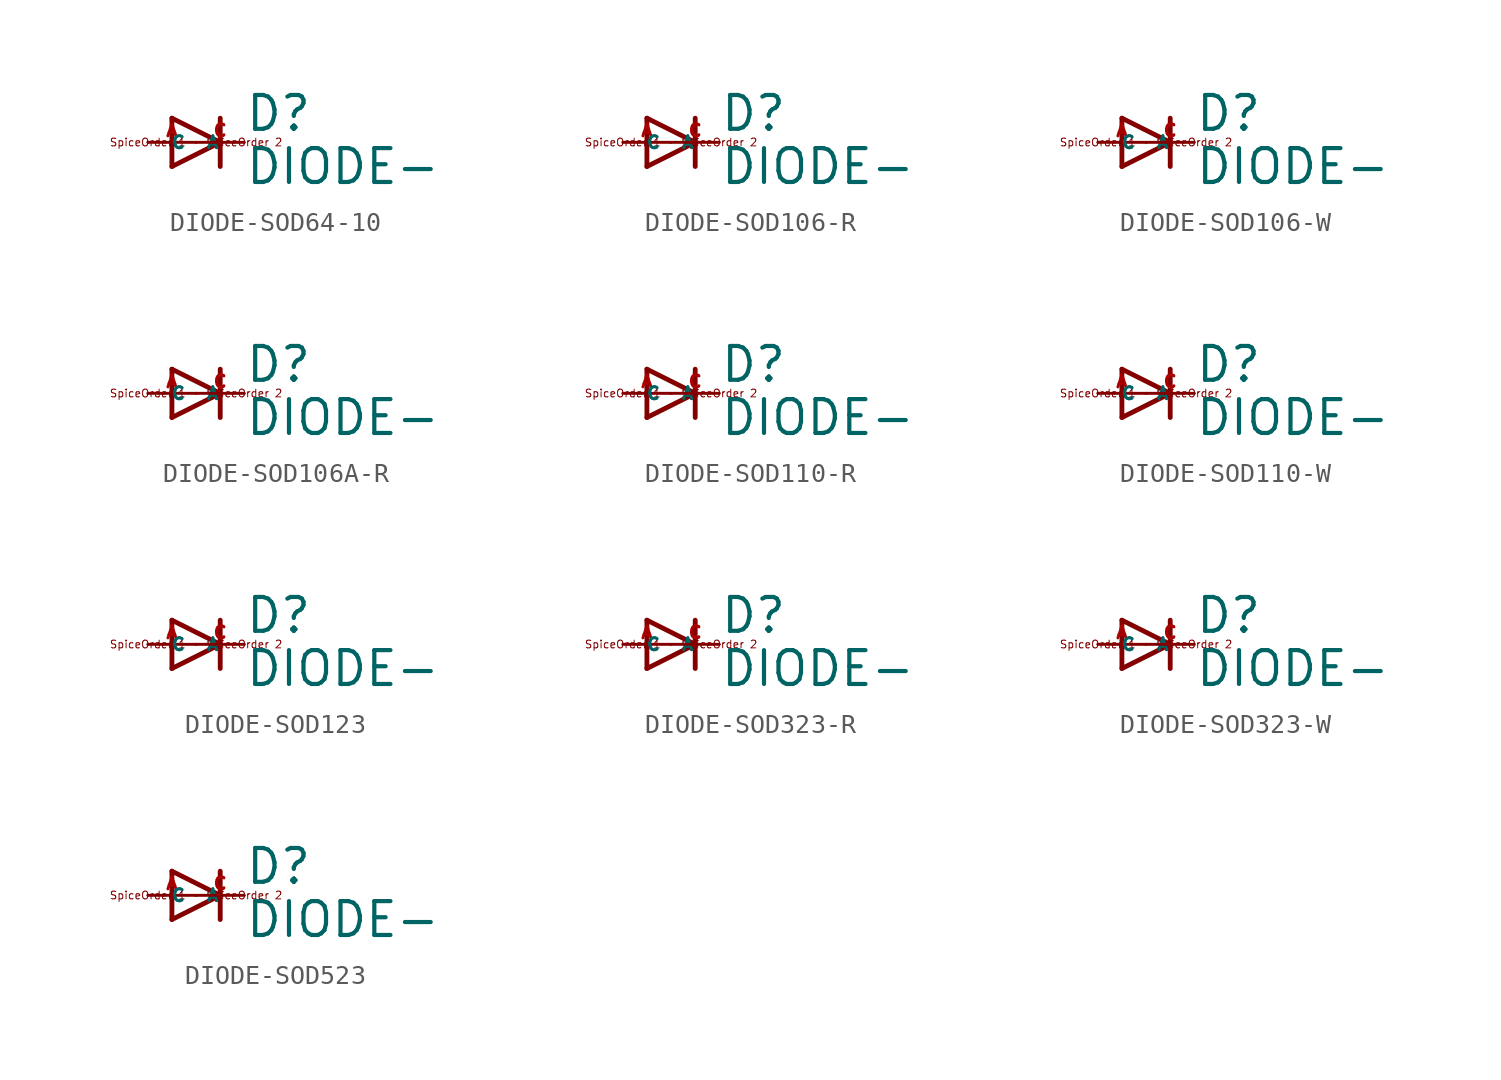
<source format=kicad_sym>
(kicad_symbol_lib
  (version 20220914)
  (generator Eagle2Kicad)
  (symbol "DIODE-SOD64-10"
    (property "Reference" "D"
      (at 2.54 0.483 0)
      (effects (font (size 1.778 1.778) (thickness 0.22)) (justify left bottom)))
    (property "Value" "DIODE-"
      (at 2.54 -2.311 0)
      (effects (font (size 1.778 1.778) (thickness 0.22)) (justify left bottom)))
    (polyline
      (pts (xy -1.27 -1.27) (xy 1.27 0))
      (stroke (width 0.254) (type default))
      (fill (type none)))
    (polyline
      (pts (xy 1.27 0) (xy -1.27 1.27))
      (stroke (width 0.254) (type default))
      (fill (type none)))
    (polyline
      (pts (xy 1.27 1.27) (xy 1.27 0))
      (stroke (width 0.254) (type default))
      (fill (type none)))
    (polyline
      (pts (xy -1.27 1.27) (xy -1.27 -1.27))
      (stroke (width 0.254) (type default))
      (fill (type none)))
    (polyline
      (pts (xy 1.27 0) (xy 1.27 -1.27))
      (stroke (width 0.254) (type default))
      (fill (type none)))
    (text "SpiceOrder 1"
      (at -2.54 0 0)
      (effects (font (size 0.406 0.406) (thickness 0.05))))
    (text "SpiceOrder 2"
      (at 2.54 0 0)
      (effects (font (size 0.406 0.406) (thickness 0.05))))
    (pin passive line
      (at -2.54 0 0)
      (length 2.54)
      (name "A" (effects (font (size 0.635 0.635) (thickness 0.08)) (justify left bottom)))
      (number "A" (effects (font (size 0.635 0.635) (thickness 0.08)) (justify left bottom))))
    (pin passive line
      (at 2.54 0 180)
      (length 2.54)
      (name "C" (effects (font (size 0.635 0.635) (thickness 0.08)) (justify left bottom)))
      (number "C" (effects (font (size 0.635 0.635) (thickness 0.08)) (justify left bottom)))))
  (symbol "DIODE-SOD106-R"
    (property "Reference" "D"
      (at 2.54 0.483 0)
      (effects (font (size 1.778 1.778) (thickness 0.22)) (justify left bottom)))
    (property "Value" "DIODE-"
      (at 2.54 -2.311 0)
      (effects (font (size 1.778 1.778) (thickness 0.22)) (justify left bottom)))
    (polyline
      (pts (xy -1.27 -1.27) (xy 1.27 0))
      (stroke (width 0.254) (type default))
      (fill (type none)))
    (polyline
      (pts (xy 1.27 0) (xy -1.27 1.27))
      (stroke (width 0.254) (type default))
      (fill (type none)))
    (polyline
      (pts (xy 1.27 1.27) (xy 1.27 0))
      (stroke (width 0.254) (type default))
      (fill (type none)))
    (polyline
      (pts (xy -1.27 1.27) (xy -1.27 -1.27))
      (stroke (width 0.254) (type default))
      (fill (type none)))
    (polyline
      (pts (xy 1.27 0) (xy 1.27 -1.27))
      (stroke (width 0.254) (type default))
      (fill (type none)))
    (text "SpiceOrder 1"
      (at -2.54 0 0)
      (effects (font (size 0.406 0.406) (thickness 0.05))))
    (text "SpiceOrder 2"
      (at 2.54 0 0)
      (effects (font (size 0.406 0.406) (thickness 0.05))))
    (pin passive line
      (at -2.54 0 0)
      (length 2.54)
      (name "A" (effects (font (size 0.635 0.635) (thickness 0.08)) (justify left bottom)))
      (number "A" (effects (font (size 0.635 0.635) (thickness 0.08)) (justify left bottom))))
    (pin passive line
      (at 2.54 0 180)
      (length 2.54)
      (name "C" (effects (font (size 0.635 0.635) (thickness 0.08)) (justify left bottom)))
      (number "C" (effects (font (size 0.635 0.635) (thickness 0.08)) (justify left bottom)))))
  (symbol "DIODE-SOD106-W"
    (property "Reference" "D"
      (at 2.54 0.483 0)
      (effects (font (size 1.778 1.778) (thickness 0.22)) (justify left bottom)))
    (property "Value" "DIODE-"
      (at 2.54 -2.311 0)
      (effects (font (size 1.778 1.778) (thickness 0.22)) (justify left bottom)))
    (polyline
      (pts (xy -1.27 -1.27) (xy 1.27 0))
      (stroke (width 0.254) (type default))
      (fill (type none)))
    (polyline
      (pts (xy 1.27 0) (xy -1.27 1.27))
      (stroke (width 0.254) (type default))
      (fill (type none)))
    (polyline
      (pts (xy 1.27 1.27) (xy 1.27 0))
      (stroke (width 0.254) (type default))
      (fill (type none)))
    (polyline
      (pts (xy -1.27 1.27) (xy -1.27 -1.27))
      (stroke (width 0.254) (type default))
      (fill (type none)))
    (polyline
      (pts (xy 1.27 0) (xy 1.27 -1.27))
      (stroke (width 0.254) (type default))
      (fill (type none)))
    (text "SpiceOrder 1"
      (at -2.54 0 0)
      (effects (font (size 0.406 0.406) (thickness 0.05))))
    (text "SpiceOrder 2"
      (at 2.54 0 0)
      (effects (font (size 0.406 0.406) (thickness 0.05))))
    (pin passive line
      (at -2.54 0 0)
      (length 2.54)
      (name "A" (effects (font (size 0.635 0.635) (thickness 0.08)) (justify left bottom)))
      (number "A" (effects (font (size 0.635 0.635) (thickness 0.08)) (justify left bottom))))
    (pin passive line
      (at 2.54 0 180)
      (length 2.54)
      (name "C" (effects (font (size 0.635 0.635) (thickness 0.08)) (justify left bottom)))
      (number "C" (effects (font (size 0.635 0.635) (thickness 0.08)) (justify left bottom)))))
  (symbol "DIODE-SOD106A-R"
    (property "Reference" "D"
      (at 2.54 0.483 0)
      (effects (font (size 1.778 1.778) (thickness 0.22)) (justify left bottom)))
    (property "Value" "DIODE-"
      (at 2.54 -2.311 0)
      (effects (font (size 1.778 1.778) (thickness 0.22)) (justify left bottom)))
    (polyline
      (pts (xy -1.27 -1.27) (xy 1.27 0))
      (stroke (width 0.254) (type default))
      (fill (type none)))
    (polyline
      (pts (xy 1.27 0) (xy -1.27 1.27))
      (stroke (width 0.254) (type default))
      (fill (type none)))
    (polyline
      (pts (xy 1.27 1.27) (xy 1.27 0))
      (stroke (width 0.254) (type default))
      (fill (type none)))
    (polyline
      (pts (xy -1.27 1.27) (xy -1.27 -1.27))
      (stroke (width 0.254) (type default))
      (fill (type none)))
    (polyline
      (pts (xy 1.27 0) (xy 1.27 -1.27))
      (stroke (width 0.254) (type default))
      (fill (type none)))
    (text "SpiceOrder 1"
      (at -2.54 0 0)
      (effects (font (size 0.406 0.406) (thickness 0.05))))
    (text "SpiceOrder 2"
      (at 2.54 0 0)
      (effects (font (size 0.406 0.406) (thickness 0.05))))
    (pin passive line
      (at -2.54 0 0)
      (length 2.54)
      (name "A" (effects (font (size 0.635 0.635) (thickness 0.08)) (justify left bottom)))
      (number "A" (effects (font (size 0.635 0.635) (thickness 0.08)) (justify left bottom))))
    (pin passive line
      (at 2.54 0 180)
      (length 2.54)
      (name "C" (effects (font (size 0.635 0.635) (thickness 0.08)) (justify left bottom)))
      (number "C" (effects (font (size 0.635 0.635) (thickness 0.08)) (justify left bottom)))))
  (symbol "DIODE-SOD110-R"
    (property "Reference" "D"
      (at 2.54 0.483 0)
      (effects (font (size 1.778 1.778) (thickness 0.22)) (justify left bottom)))
    (property "Value" "DIODE-"
      (at 2.54 -2.311 0)
      (effects (font (size 1.778 1.778) (thickness 0.22)) (justify left bottom)))
    (polyline
      (pts (xy -1.27 -1.27) (xy 1.27 0))
      (stroke (width 0.254) (type default))
      (fill (type none)))
    (polyline
      (pts (xy 1.27 0) (xy -1.27 1.27))
      (stroke (width 0.254) (type default))
      (fill (type none)))
    (polyline
      (pts (xy 1.27 1.27) (xy 1.27 0))
      (stroke (width 0.254) (type default))
      (fill (type none)))
    (polyline
      (pts (xy -1.27 1.27) (xy -1.27 -1.27))
      (stroke (width 0.254) (type default))
      (fill (type none)))
    (polyline
      (pts (xy 1.27 0) (xy 1.27 -1.27))
      (stroke (width 0.254) (type default))
      (fill (type none)))
    (text "SpiceOrder 1"
      (at -2.54 0 0)
      (effects (font (size 0.406 0.406) (thickness 0.05))))
    (text "SpiceOrder 2"
      (at 2.54 0 0)
      (effects (font (size 0.406 0.406) (thickness 0.05))))
    (pin passive line
      (at -2.54 0 0)
      (length 2.54)
      (name "A" (effects (font (size 0.635 0.635) (thickness 0.08)) (justify left bottom)))
      (number "A" (effects (font (size 0.635 0.635) (thickness 0.08)) (justify left bottom))))
    (pin passive line
      (at 2.54 0 180)
      (length 2.54)
      (name "C" (effects (font (size 0.635 0.635) (thickness 0.08)) (justify left bottom)))
      (number "C" (effects (font (size 0.635 0.635) (thickness 0.08)) (justify left bottom)))))
  (symbol "DIODE-SOD110-W"
    (property "Reference" "D"
      (at 2.54 0.483 0)
      (effects (font (size 1.778 1.778) (thickness 0.22)) (justify left bottom)))
    (property "Value" "DIODE-"
      (at 2.54 -2.311 0)
      (effects (font (size 1.778 1.778) (thickness 0.22)) (justify left bottom)))
    (polyline
      (pts (xy -1.27 -1.27) (xy 1.27 0))
      (stroke (width 0.254) (type default))
      (fill (type none)))
    (polyline
      (pts (xy 1.27 0) (xy -1.27 1.27))
      (stroke (width 0.254) (type default))
      (fill (type none)))
    (polyline
      (pts (xy 1.27 1.27) (xy 1.27 0))
      (stroke (width 0.254) (type default))
      (fill (type none)))
    (polyline
      (pts (xy -1.27 1.27) (xy -1.27 -1.27))
      (stroke (width 0.254) (type default))
      (fill (type none)))
    (polyline
      (pts (xy 1.27 0) (xy 1.27 -1.27))
      (stroke (width 0.254) (type default))
      (fill (type none)))
    (text "SpiceOrder 1"
      (at -2.54 0 0)
      (effects (font (size 0.406 0.406) (thickness 0.05))))
    (text "SpiceOrder 2"
      (at 2.54 0 0)
      (effects (font (size 0.406 0.406) (thickness 0.05))))
    (pin passive line
      (at -2.54 0 0)
      (length 2.54)
      (name "A" (effects (font (size 0.635 0.635) (thickness 0.08)) (justify left bottom)))
      (number "A" (effects (font (size 0.635 0.635) (thickness 0.08)) (justify left bottom))))
    (pin passive line
      (at 2.54 0 180)
      (length 2.54)
      (name "C" (effects (font (size 0.635 0.635) (thickness 0.08)) (justify left bottom)))
      (number "C" (effects (font (size 0.635 0.635) (thickness 0.08)) (justify left bottom)))))
  (symbol "DIODE-SOD123"
    (property "Reference" "D"
      (at 2.54 0.483 0)
      (effects (font (size 1.778 1.778) (thickness 0.22)) (justify left bottom)))
    (property "Value" "DIODE-"
      (at 2.54 -2.311 0)
      (effects (font (size 1.778 1.778) (thickness 0.22)) (justify left bottom)))
    (polyline
      (pts (xy -1.27 -1.27) (xy 1.27 0))
      (stroke (width 0.254) (type default))
      (fill (type none)))
    (polyline
      (pts (xy 1.27 0) (xy -1.27 1.27))
      (stroke (width 0.254) (type default))
      (fill (type none)))
    (polyline
      (pts (xy 1.27 1.27) (xy 1.27 0))
      (stroke (width 0.254) (type default))
      (fill (type none)))
    (polyline
      (pts (xy -1.27 1.27) (xy -1.27 -1.27))
      (stroke (width 0.254) (type default))
      (fill (type none)))
    (polyline
      (pts (xy 1.27 0) (xy 1.27 -1.27))
      (stroke (width 0.254) (type default))
      (fill (type none)))
    (text "SpiceOrder 1"
      (at -2.54 0 0)
      (effects (font (size 0.406 0.406) (thickness 0.05))))
    (text "SpiceOrder 2"
      (at 2.54 0 0)
      (effects (font (size 0.406 0.406) (thickness 0.05))))
    (pin passive line
      (at -2.54 0 0)
      (length 2.54)
      (name "A" (effects (font (size 0.635 0.635) (thickness 0.08)) (justify left bottom)))
      (number "A" (effects (font (size 0.635 0.635) (thickness 0.08)) (justify left bottom))))
    (pin passive line
      (at 2.54 0 180)
      (length 2.54)
      (name "C" (effects (font (size 0.635 0.635) (thickness 0.08)) (justify left bottom)))
      (number "C" (effects (font (size 0.635 0.635) (thickness 0.08)) (justify left bottom)))))
  (symbol "DIODE-SOD323-R"
    (property "Reference" "D"
      (at 2.54 0.483 0)
      (effects (font (size 1.778 1.778) (thickness 0.22)) (justify left bottom)))
    (property "Value" "DIODE-"
      (at 2.54 -2.311 0)
      (effects (font (size 1.778 1.778) (thickness 0.22)) (justify left bottom)))
    (polyline
      (pts (xy -1.27 -1.27) (xy 1.27 0))
      (stroke (width 0.254) (type default))
      (fill (type none)))
    (polyline
      (pts (xy 1.27 0) (xy -1.27 1.27))
      (stroke (width 0.254) (type default))
      (fill (type none)))
    (polyline
      (pts (xy 1.27 1.27) (xy 1.27 0))
      (stroke (width 0.254) (type default))
      (fill (type none)))
    (polyline
      (pts (xy -1.27 1.27) (xy -1.27 -1.27))
      (stroke (width 0.254) (type default))
      (fill (type none)))
    (polyline
      (pts (xy 1.27 0) (xy 1.27 -1.27))
      (stroke (width 0.254) (type default))
      (fill (type none)))
    (text "SpiceOrder 1"
      (at -2.54 0 0)
      (effects (font (size 0.406 0.406) (thickness 0.05))))
    (text "SpiceOrder 2"
      (at 2.54 0 0)
      (effects (font (size 0.406 0.406) (thickness 0.05))))
    (pin passive line
      (at -2.54 0 0)
      (length 2.54)
      (name "A" (effects (font (size 0.635 0.635) (thickness 0.08)) (justify left bottom)))
      (number "A" (effects (font (size 0.635 0.635) (thickness 0.08)) (justify left bottom))))
    (pin passive line
      (at 2.54 0 180)
      (length 2.54)
      (name "C" (effects (font (size 0.635 0.635) (thickness 0.08)) (justify left bottom)))
      (number "C" (effects (font (size 0.635 0.635) (thickness 0.08)) (justify left bottom)))))
  (symbol "DIODE-SOD323-W"
    (property "Reference" "D"
      (at 2.54 0.483 0)
      (effects (font (size 1.778 1.778) (thickness 0.22)) (justify left bottom)))
    (property "Value" "DIODE-"
      (at 2.54 -2.311 0)
      (effects (font (size 1.778 1.778) (thickness 0.22)) (justify left bottom)))
    (polyline
      (pts (xy -1.27 -1.27) (xy 1.27 0))
      (stroke (width 0.254) (type default))
      (fill (type none)))
    (polyline
      (pts (xy 1.27 0) (xy -1.27 1.27))
      (stroke (width 0.254) (type default))
      (fill (type none)))
    (polyline
      (pts (xy 1.27 1.27) (xy 1.27 0))
      (stroke (width 0.254) (type default))
      (fill (type none)))
    (polyline
      (pts (xy -1.27 1.27) (xy -1.27 -1.27))
      (stroke (width 0.254) (type default))
      (fill (type none)))
    (polyline
      (pts (xy 1.27 0) (xy 1.27 -1.27))
      (stroke (width 0.254) (type default))
      (fill (type none)))
    (text "SpiceOrder 1"
      (at -2.54 0 0)
      (effects (font (size 0.406 0.406) (thickness 0.05))))
    (text "SpiceOrder 2"
      (at 2.54 0 0)
      (effects (font (size 0.406 0.406) (thickness 0.05))))
    (pin passive line
      (at -2.54 0 0)
      (length 2.54)
      (name "A" (effects (font (size 0.635 0.635) (thickness 0.08)) (justify left bottom)))
      (number "A" (effects (font (size 0.635 0.635) (thickness 0.08)) (justify left bottom))))
    (pin passive line
      (at 2.54 0 180)
      (length 2.54)
      (name "C" (effects (font (size 0.635 0.635) (thickness 0.08)) (justify left bottom)))
      (number "C" (effects (font (size 0.635 0.635) (thickness 0.08)) (justify left bottom)))))
  (symbol "DIODE-SOD523"
    (property "Reference" "D"
      (at 2.54 0.483 0)
      (effects (font (size 1.778 1.778) (thickness 0.22)) (justify left bottom)))
    (property "Value" "DIODE-"
      (at 2.54 -2.311 0)
      (effects (font (size 1.778 1.778) (thickness 0.22)) (justify left bottom)))
    (polyline
      (pts (xy -1.27 -1.27) (xy 1.27 0))
      (stroke (width 0.254) (type default))
      (fill (type none)))
    (polyline
      (pts (xy 1.27 0) (xy -1.27 1.27))
      (stroke (width 0.254) (type default))
      (fill (type none)))
    (polyline
      (pts (xy 1.27 1.27) (xy 1.27 0))
      (stroke (width 0.254) (type default))
      (fill (type none)))
    (polyline
      (pts (xy -1.27 1.27) (xy -1.27 -1.27))
      (stroke (width 0.254) (type default))
      (fill (type none)))
    (polyline
      (pts (xy 1.27 0) (xy 1.27 -1.27))
      (stroke (width 0.254) (type default))
      (fill (type none)))
    (text "SpiceOrder 1"
      (at -2.54 0 0)
      (effects (font (size 0.406 0.406) (thickness 0.05))))
    (text "SpiceOrder 2"
      (at 2.54 0 0)
      (effects (font (size 0.406 0.406) (thickness 0.05))))
    (pin passive line
      (at -2.54 0 0)
      (length 2.54)
      (name "A" (effects (font (size 0.635 0.635) (thickness 0.08)) (justify left bottom)))
      (number "A" (effects (font (size 0.635 0.635) (thickness 0.08)) (justify left bottom))))
    (pin passive line
      (at 2.54 0 180)
      (length 2.54)
      (name "C" (effects (font (size 0.635 0.635) (thickness 0.08)) (justify left bottom)))
      (number "C" (effects (font (size 0.635 0.635) (thickness 0.08)) (justify left bottom))))))
</source>
